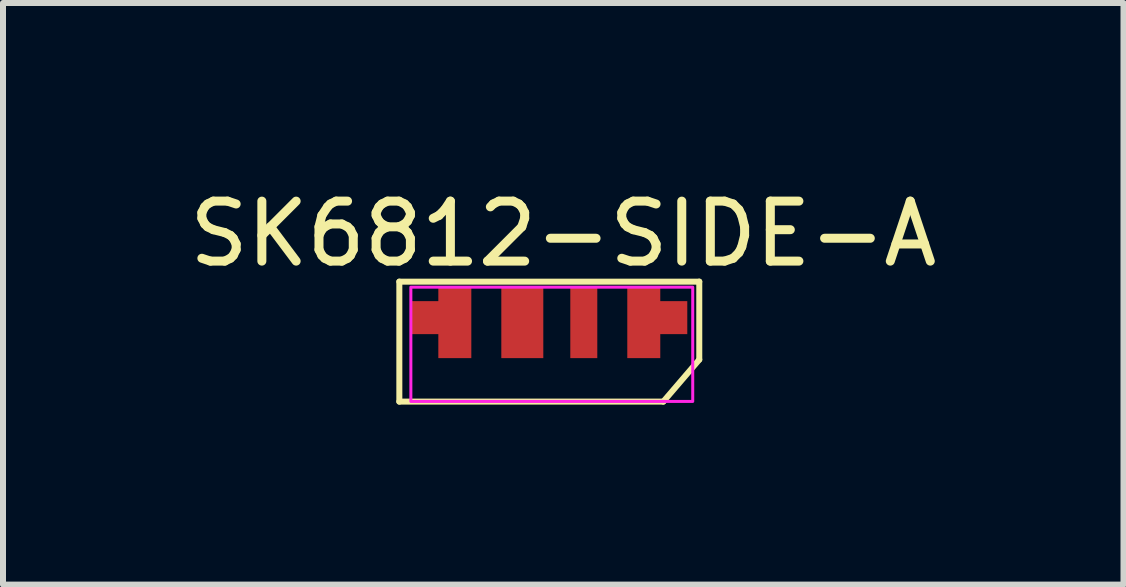
<source format=kicad_pcb>
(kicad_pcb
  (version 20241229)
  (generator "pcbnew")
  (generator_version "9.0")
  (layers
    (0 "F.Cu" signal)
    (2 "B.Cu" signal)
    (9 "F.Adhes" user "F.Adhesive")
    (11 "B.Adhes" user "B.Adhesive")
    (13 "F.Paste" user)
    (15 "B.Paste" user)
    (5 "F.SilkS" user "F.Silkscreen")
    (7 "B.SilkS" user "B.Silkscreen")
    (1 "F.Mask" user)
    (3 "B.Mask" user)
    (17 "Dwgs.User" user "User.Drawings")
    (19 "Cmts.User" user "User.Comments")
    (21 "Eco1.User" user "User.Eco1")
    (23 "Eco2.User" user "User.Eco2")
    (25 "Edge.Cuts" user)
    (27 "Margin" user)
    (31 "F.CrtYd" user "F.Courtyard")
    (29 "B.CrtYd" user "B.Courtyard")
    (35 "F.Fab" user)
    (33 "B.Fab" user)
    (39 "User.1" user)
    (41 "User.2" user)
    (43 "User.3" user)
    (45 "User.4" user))
  (footprint "SK6812-SIDE-A"
    (layer "F.Cu")
    (at 4.307 2.245)
    (property "Reference" "SK6812-SIDE-A" (at 2.032 -1.397 0) (layer "F.SilkS") (effects (font (size 1 1) (thickness 0.15))))
    (attr through_hole)
    (fp_line (start -0.7 -0.6) (end 4.3 -0.6) (stroke (width 0.1) (type solid)) (layer "F.SilkS"))
    (fp_line (start -0.7 1.4) (end -0.7 -0.6) (stroke (width 0.1) (type solid)) (layer "F.SilkS"))
    (fp_line (start 3.7 1.4) (end -0.7 1.4) (stroke (width 0.1) (type solid)) (layer "F.SilkS"))
    (fp_line (start 4.3 -0.6) (end 4.3 0.7) (stroke (width 0.1) (type solid)) (layer "F.SilkS"))
    (fp_line (start 4.3 0.7) (end 3.7 1.4) (stroke (width 0.1) (type solid)) (layer "F.SilkS"))
    (fp_rect (start -0.508 -0.508) (end 4.191 1.397) (stroke (width 0.05) (type default)) (fill no) (layer "F.CrtYd"))
    (pad "1" smd custom (at 0 0) (size 1 0.55) (layers "F.Cu" "F.Mask" "F.Paste") (options (anchor rect)) (primitives (gr_poly (pts (xy -0.05 -0.525) (xy 0.5 -0.525) (xy 0.5 0.675) (xy -0.05 0.675)) (width 0) (fill yes))))
    (pad "2" smd rect (at 1.35 0) (size 0.7 1.2) (drill (offset 0 0.075)) (layers "F.Cu" "F.Mask" "F.Paste"))
    (pad "3" smd rect (at 2.375 0) (size 0.45 1.2) (drill (offset 0 0.075)) (layers "F.Cu" "F.Mask" "F.Paste"))
    (pad "4" smd custom (at 3.6 0) (size 1 0.55) (layers "F.Cu" "F.Mask" "F.Paste") (options (anchor rect)) (primitives (gr_poly (pts (xy 0.05 -0.525) (xy -0.5 -0.525) (xy -0.5 0.675) (xy 0.05 0.675)) (width 0) (fill yes)))))
  (gr_rect
    (start -3 -3)
    (end 15.679 6.695)
    (stroke (width 0.1) (type default))
    (fill no)
    (layer "Edge.Cuts")))
</source>
